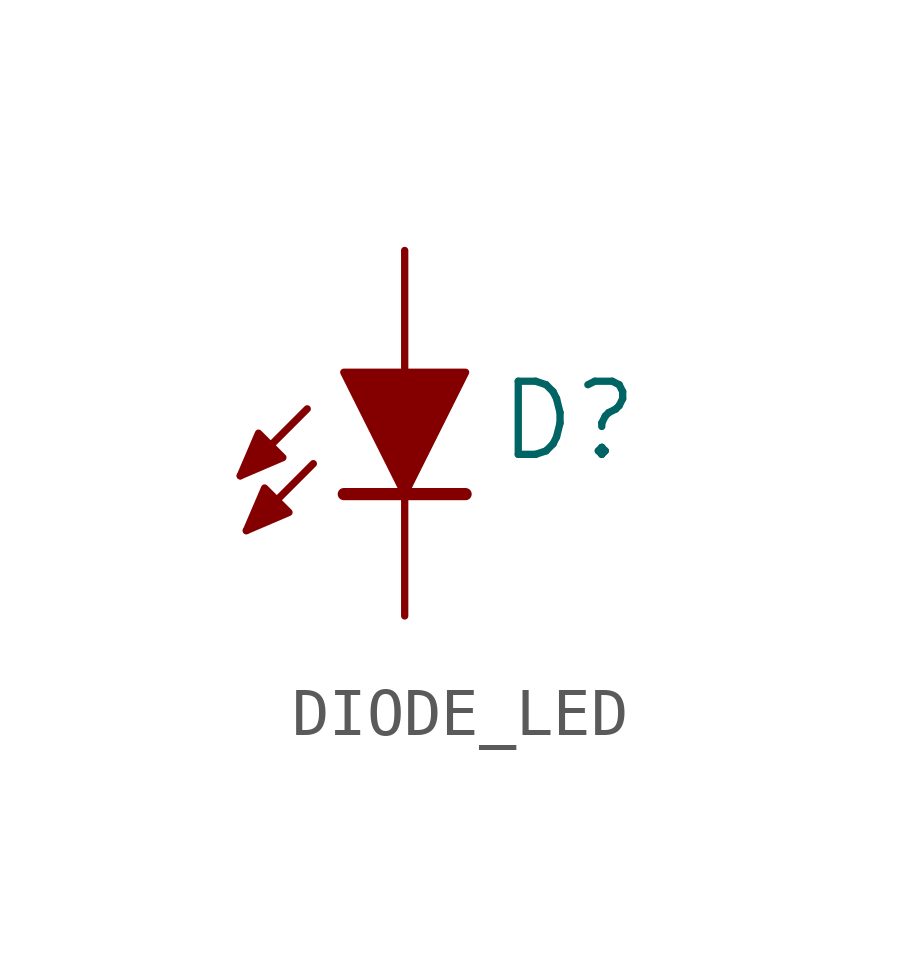
<source format=kicad_sym>
(kicad_symbol_lib
  (version 20231120)
  (generator "kicad_symbol_editor")
  (generator_version "8.0")
  (symbol "DIODE_LED"
    (property "Reference" "D"
      (at 1.905 0.635 0)
      (effects (font (size 1.524 1.524)) (justify left bottom)))
    (property "Value" ""
      (at 5.715 -2.032 90)
      (effects (font (size 1.778 1.511)) (justify left bottom)))
    (symbol "DIODE_LED_1_0"
      (polyline (pts (xy -2.032 1.778) (xy -3.429 0.381)) (stroke (width 0.152) (type solid)) (fill (type none)))
      (polyline (pts (xy -1.905 0.635) (xy -3.302 -0.762)) (stroke (width 0.152) (type solid)) (fill (type none)))
      (polyline (pts (xy 0 0) (xy -1.27 0)) (stroke (width 0.254) (type solid)) (fill (type none)))
      (polyline (pts (xy 0 2.54) (xy 0 0)) (stroke (width 0.152) (type solid)) (fill (type none)))
      (polyline (pts (xy 1.27 0) (xy 0 0)) (stroke (width 0.254) (type solid)) (fill (type none)))
      (pin passive line (at 0 5.08 270) (length 2.54) (name "A" (effects (font (size 0 0)))) (number "A" (effects (font (size 0 0)))))
      (pin passive line (at 0 -2.54 90) (length 2.54) (name "C" (effects (font (size 0 0)))) (number "C" (effects (font (size 0 0))))))
    (symbol "DIODE_LED_1_1"
      (polyline (pts (xy -3.429 0.381) (xy -3.048 1.27) (xy -2.54 0.762) (xy -3.429 0.381)) (stroke (width 0) (type default)) (fill (type outline)))
      (polyline (pts (xy -3.302 -0.762) (xy -2.921 0.127) (xy -2.413 -0.381) (xy -3.302 -0.762)) (stroke (width 0) (type default)) (fill (type outline)))
      (polyline (pts (xy -1.27 2.54) (xy 1.27 2.54) (xy 0 0) (xy -1.27 2.54)) (stroke (width 0) (type default)) (fill (type outline))))))
</source>
